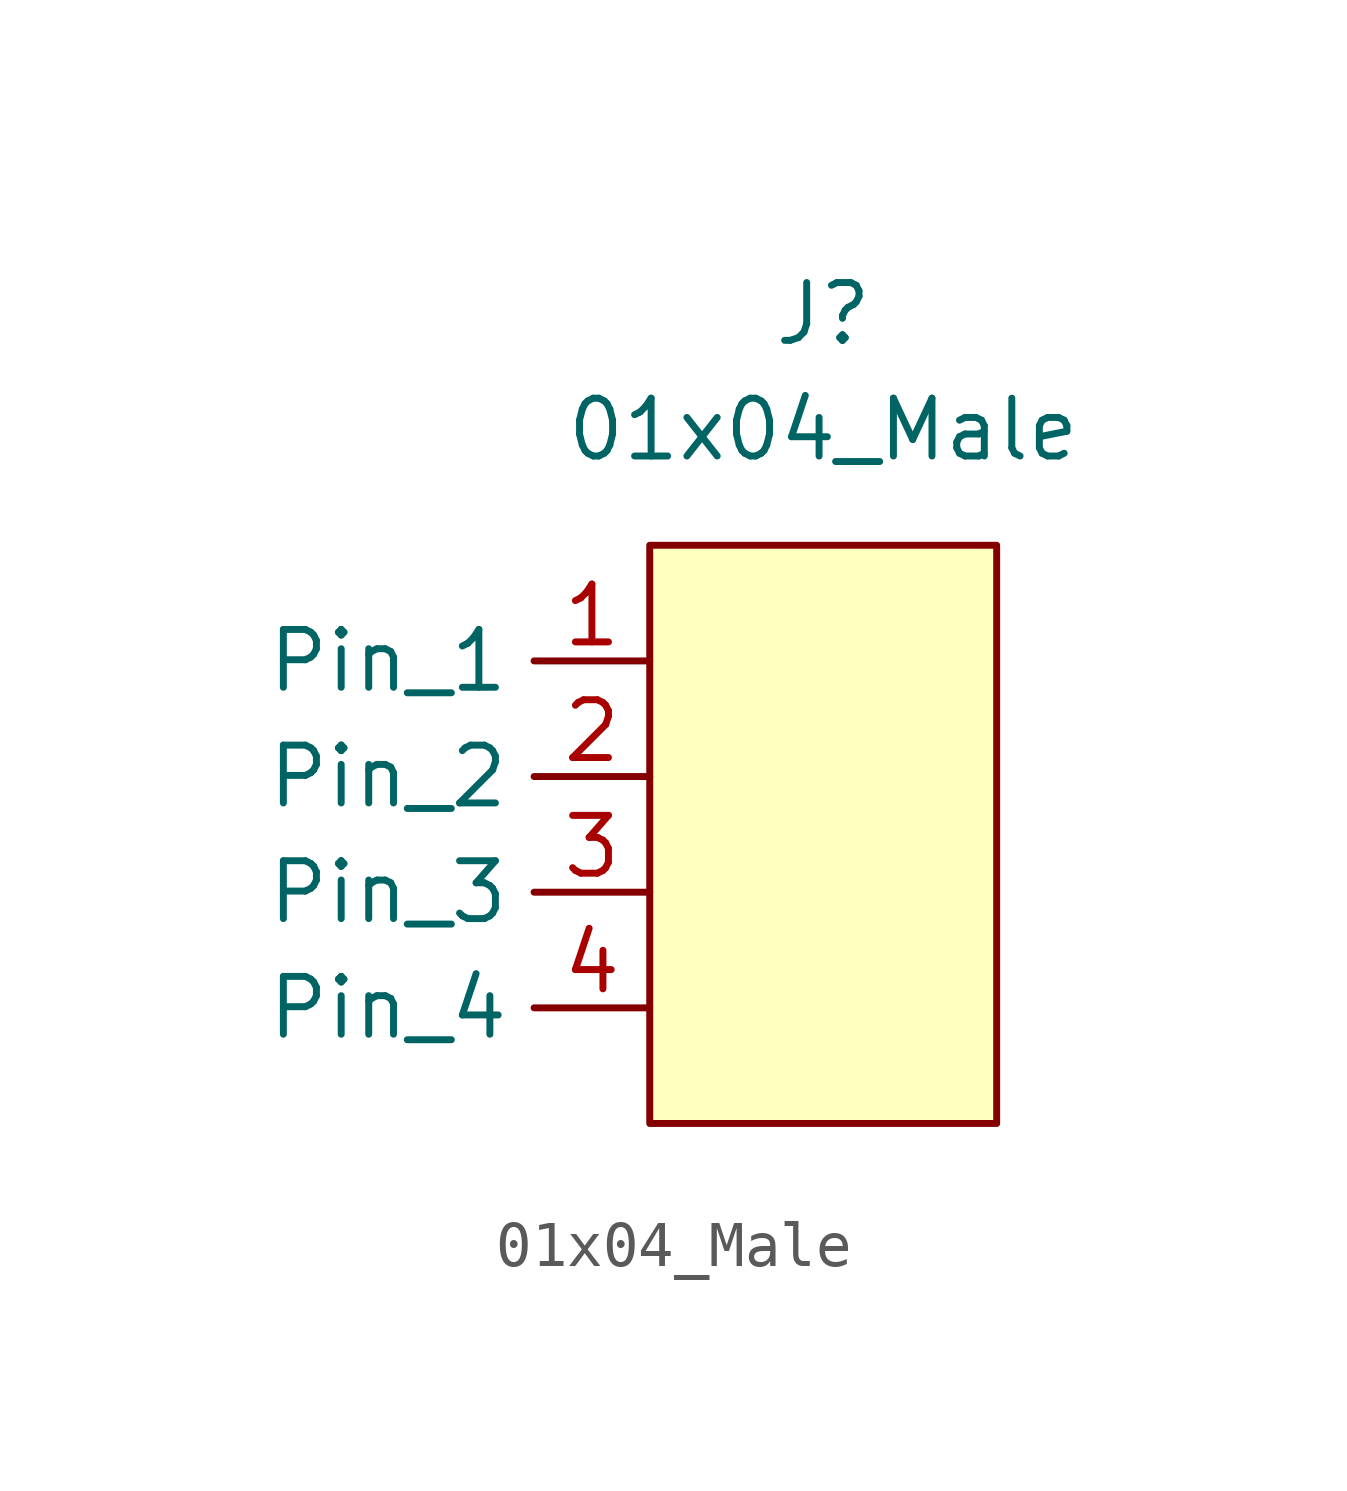
<source format=kicad_sym>
(kicad_symbol_lib
  (version 20220331)
  (generator kicad_symbol_editor)
  (symbol "01x04_Male"
    (property "Reference" "J"
      (at 0 8.89 0)
      (effects (font (size 1.27 1.27))))
    (property "Value" "01x04_Male"
      (at 0 6.35 0)
      (effects (font (size 1.27 1.27))))
    (symbol "01x04_Male_0_1"
      (rectangle (start -3.81 3.81) (end 3.81 -8.89) (stroke (width 0) (type default)) (fill (type background))))
    (symbol "01x04_Male_1_1"
      (pin bidirectional line (at -3.81 1.27 180) (length 2.54) (name "Pin_1" (effects (font (size 1.27 1.27)))) (number "1" (effects (font (size 1.27 1.27)))) (alternate "Test 1" bidirectional line))
      (pin bidirectional line (at -3.81 -1.27 180) (length 2.54) (name "Pin_2" (effects (font (size 1.27 1.27)))) (number "2" (effects (font (size 1.27 1.27)))))
      (pin bidirectional line (at -3.81 -3.81 180) (length 2.54) (name "Pin_3" (effects (font (size 1.27 1.27)))) (number "3" (effects (font (size 1.27 1.27)))))
      (pin bidirectional line (at -3.81 -6.35 180) (length 2.54) (name "Pin_4" (effects (font (size 1.27 1.27)))) (number "4" (effects (font (size 1.27 1.27))))))))
</source>
